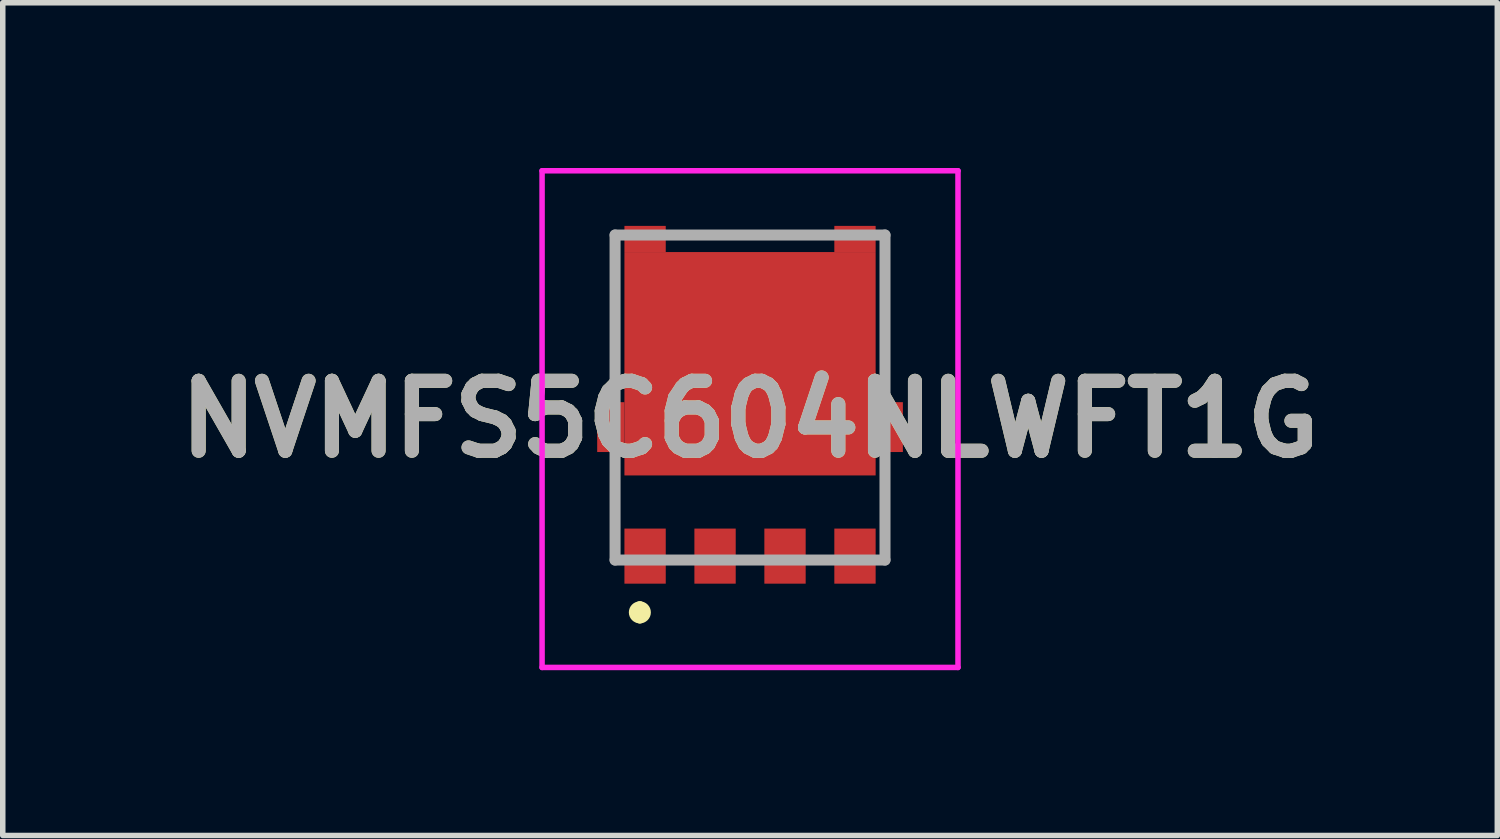
<source format=kicad_pcb>
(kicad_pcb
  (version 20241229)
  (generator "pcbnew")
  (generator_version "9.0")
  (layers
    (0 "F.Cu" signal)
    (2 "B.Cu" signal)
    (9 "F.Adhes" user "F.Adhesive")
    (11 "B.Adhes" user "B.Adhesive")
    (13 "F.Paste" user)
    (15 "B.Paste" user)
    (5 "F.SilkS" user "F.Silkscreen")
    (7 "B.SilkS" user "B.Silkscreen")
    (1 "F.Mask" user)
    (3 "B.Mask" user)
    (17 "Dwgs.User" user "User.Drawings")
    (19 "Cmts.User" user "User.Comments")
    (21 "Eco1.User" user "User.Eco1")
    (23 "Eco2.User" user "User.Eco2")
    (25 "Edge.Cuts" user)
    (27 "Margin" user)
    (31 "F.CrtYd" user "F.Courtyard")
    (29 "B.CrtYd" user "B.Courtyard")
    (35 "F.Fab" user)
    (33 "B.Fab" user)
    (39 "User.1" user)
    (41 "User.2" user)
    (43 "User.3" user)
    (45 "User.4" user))
  (footprint "NVMFS5C604NLWFT1G"
    (layer "F.Cu")
    (at 10.565 4.558)
    (property "Reference" "NVMFS5C604NLWFT1G" (at 0 0 0) (layer "F.SilkS") (effects (font (size 1.27 1.27) (thickness 0.254))))
    (attr smd)
    (fp_line (start -2.45 1.287) (end -2.45 1.687) (stroke (width 0.1) (type solid)) (layer "F.SilkS"))
    (fp_line (start -2 3.408) (end -2 3.408) (stroke (width 0.2) (type solid)) (layer "F.SilkS"))
    (fp_line (start -2 3.608) (end -2 3.608) (stroke (width 0.2) (type solid)) (layer "F.SilkS"))
    (fp_line (start -1.2 -3.342) (end 1.2 -3.342) (stroke (width 0.1) (type solid)) (layer "F.SilkS"))
    (fp_line (start 2.45 1.287) (end 2.45 1.687) (stroke (width 0.1) (type solid)) (layer "F.SilkS"))
    (fp_arc (start -2 3.408) (mid -1.9 3.508) (end -2 3.608) (stroke (width 0.2) (type solid)) (layer "F.SilkS"))
    (fp_arc (start -2 3.608) (mid -2.1 3.508) (end -2 3.408) (stroke (width 0.2) (type solid)) (layer "F.SilkS"))
    (fp_line (start -3.775 -4.508) (end 3.775 -4.508) (stroke (width 0.1) (type solid)) (layer "F.CrtYd"))
    (fp_line (start -3.775 4.508) (end -3.775 -4.508) (stroke (width 0.1) (type solid)) (layer "F.CrtYd"))
    (fp_line (start 3.775 -4.508) (end 3.775 4.508) (stroke (width 0.1) (type solid)) (layer "F.CrtYd"))
    (fp_line (start 3.775 4.508) (end -3.775 4.508) (stroke (width 0.1) (type solid)) (layer "F.CrtYd"))
    (fp_line (start -2.45 -3.342) (end -2.45 2.558) (stroke (width 0.2) (type solid)) (layer "F.Fab"))
    (fp_line (start -2.45 2.558) (end 2.45 2.558) (stroke (width 0.2) (type solid)) (layer "F.Fab"))
    (fp_line (start 2.45 -3.342) (end -2.45 -3.342) (stroke (width 0.2) (type solid)) (layer "F.Fab"))
    (fp_line (start 2.45 2.558) (end 2.45 -3.342) (stroke (width 0.2) (type solid)) (layer "F.Fab"))
    (fp_text user "${REFERENCE}" (at 0 0 0) (layer "F.Fab") (effects (font (size 1.27 1.27) (thickness 0.254))))
    (pad "1" smd rect (at -1.905 2.487) (size 0.75 1) (layers "F.Cu" "F.Mask" "F.Paste"))
    (pad "2" smd rect (at -0.635 2.487) (size 0.75 1) (layers "F.Cu" "F.Mask" "F.Paste"))
    (pad "3" smd rect (at 0.635 2.487) (size 0.75 1) (layers "F.Cu" "F.Mask" "F.Paste"))
    (pad "4" smd rect (at 1.905 2.487) (size 0.75 1) (layers "F.Cu" "F.Mask" "F.Paste"))
    (pad "5" smd rect (at 0 -1.005 90) (size 4.055 4.56) (layers "F.Cu" "F.Mask" "F.Paste"))
    (pad "A5" smd rect (at -1.905 -3.27 90) (size 0.475 0.75) (layers "F.Cu" "F.Mask" "F.Paste"))
    (pad "B5" smd rect (at 1.905 -3.27 90) (size 0.475 0.75) (layers "F.Cu" "F.Mask" "F.Paste"))
    (pad "C5" smd rect (at -2.527 0.145) (size 0.495 0.905) (layers "F.Cu" "F.Mask" "F.Paste"))
    (pad "D5" smd rect (at 2.527 0.145) (size 0.495 0.905) (layers "F.Cu" "F.Mask" "F.Paste")))
  (gr_rect
    (start -3 -3)
    (end 24.13 12.116)
    (stroke (width 0.1) (type default))
    (fill no)
    (layer "Edge.Cuts")))
</source>
